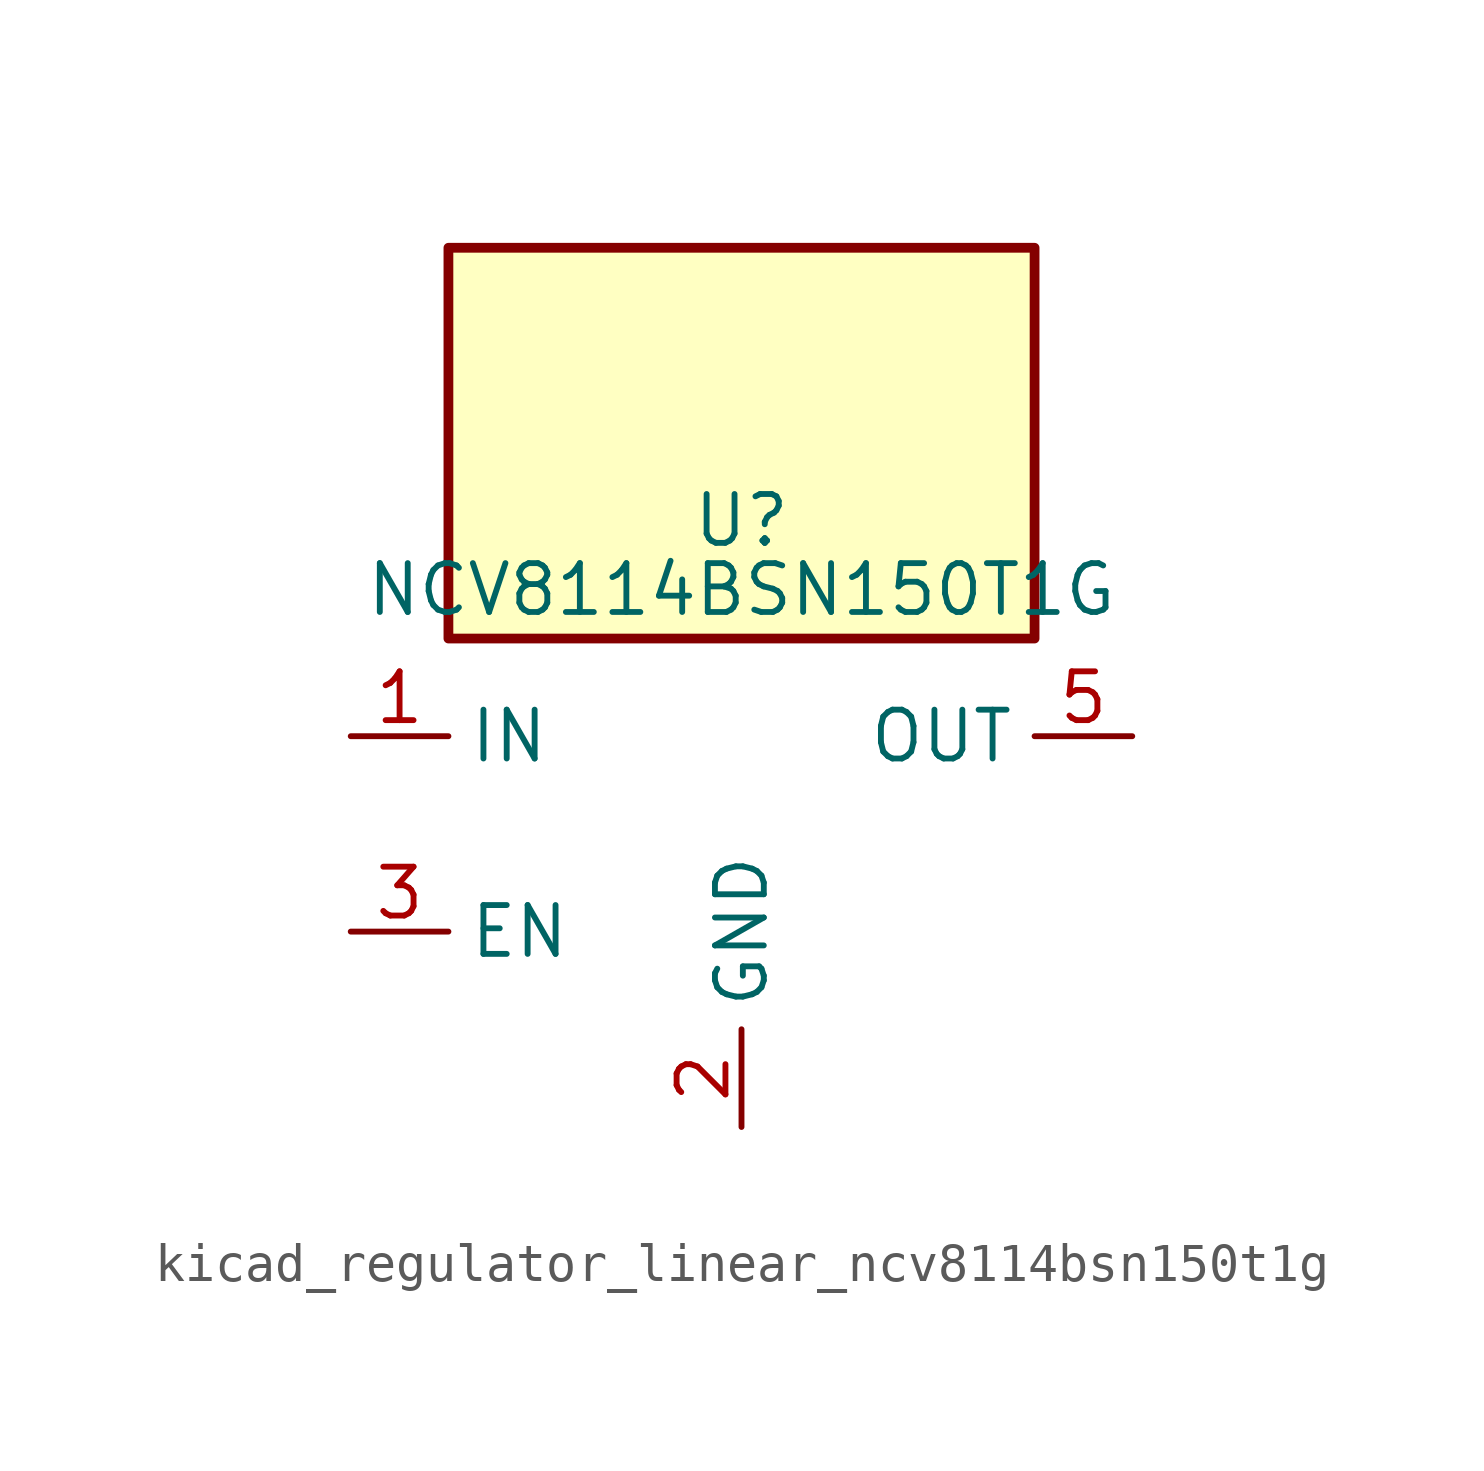
<source format=kicad_sym>
(kicad_symbol_lib
  (version 20220914)
  (generator kicad_symbol_editor)
  (symbol "kicad_regulator_linear_ncv8114bsn150t1g"
    (property "Reference" "U"
      (at 0 8.89 0)
      (effects (font (size 1.27 1.27)) (justify top)))
    (property "Value" "NCV8114BSN150T1G"
      (at 0 6.35 0)
      (effects (font (size 1.27 1.27))))
    (symbol "kicad_regulator_linear_ncv8114bsn150t1g_0_1"
      (rectangle (start 7.62 15.24) (end -7.62 5.08) (stroke (width 0.254) (type default)) (fill (type background))))
    (symbol "kicad_regulator_linear_ncv8114bsn150t1g_1_1"
      (pin power_in line (at -10.16 2.54 0) (length 2.54) (name "IN" (effects (font (size 1.27 1.27)))) (number "1" (effects (font (size 1.27 1.27)))))
      (pin power_in line (at 0 -7.62 90) (length 2.54) (name "GND" (effects (font (size 1.27 1.27)))) (number "2" (effects (font (size 1.27 1.27)))))
      (pin input line (at -10.16 -2.54 0) (length 2.54) (name "EN" (effects (font (size 1.27 1.27)))) (number "3" (effects (font (size 1.27 1.27)))))
      (pin no_connect line (at 7.62 -2.54 180) (length 2.54) hide (name "NC" (effects (font (size 1.27 1.27)))) (number "4" (effects (font (size 1.27 1.27)))))
      (pin power_out line (at 10.16 2.54 180) (length 2.54) (name "OUT" (effects (font (size 1.27 1.27)))) (number "5" (effects (font (size 1.27 1.27))))))))
</source>
